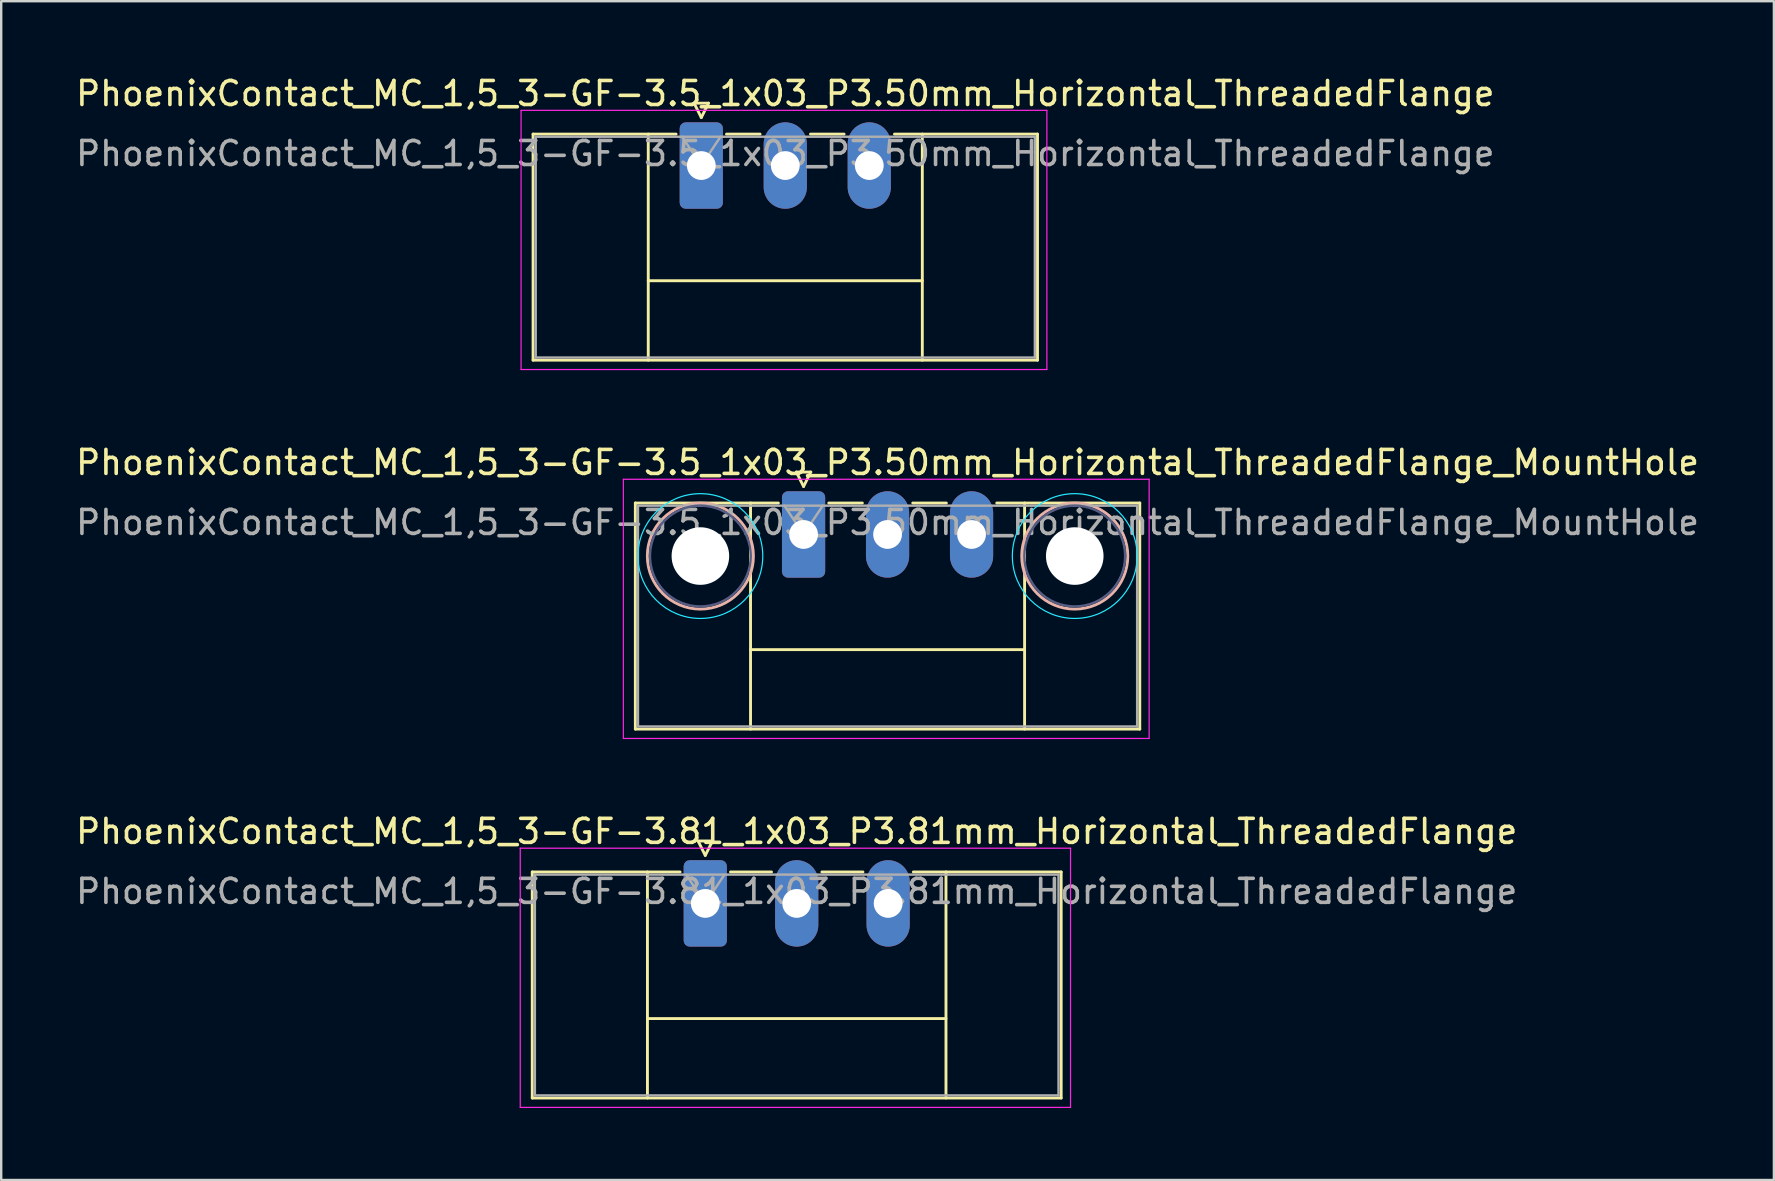
<source format=kicad_pcb>
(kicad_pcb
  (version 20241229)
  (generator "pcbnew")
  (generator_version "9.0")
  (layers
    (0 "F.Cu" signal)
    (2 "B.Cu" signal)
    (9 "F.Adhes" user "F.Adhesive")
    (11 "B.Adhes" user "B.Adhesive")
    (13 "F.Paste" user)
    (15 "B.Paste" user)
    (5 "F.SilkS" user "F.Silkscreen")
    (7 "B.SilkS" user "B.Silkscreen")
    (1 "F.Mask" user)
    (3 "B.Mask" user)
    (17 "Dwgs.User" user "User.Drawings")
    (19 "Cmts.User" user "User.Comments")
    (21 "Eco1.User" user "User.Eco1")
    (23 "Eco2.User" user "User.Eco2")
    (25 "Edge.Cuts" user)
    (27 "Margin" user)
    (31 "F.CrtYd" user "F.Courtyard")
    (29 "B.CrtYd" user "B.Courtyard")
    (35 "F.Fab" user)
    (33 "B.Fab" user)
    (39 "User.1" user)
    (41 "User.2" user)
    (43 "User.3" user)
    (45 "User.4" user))
  (footprint "PhoenixContact_MC_1,5_3-GF-3.5_1x03_P3.50mm_Horizontal_ThreadedFlange"
    (layer "F.Cu")
    (at 26.173 3.848)
    (property "Reference" "PhoenixContact_MC_1,5_3-GF-3.5_1x03_P3.50mm_Horizontal_ThreadedFlange" (at 3.5 -3 0) (layer "F.SilkS") (effects (font (size 1 1) (thickness 0.15))))
    (attr through_hole)
    (fp_line (start -7.01 -1.31) (end -7.01 8.11) (stroke (width 0.12) (type solid)) (layer "F.SilkS"))
    (fp_line (start -7.01 -1.31) (end -1.05 -1.31) (stroke (width 0.12) (type solid)) (layer "F.SilkS"))
    (fp_line (start -7.01 8.11) (end 14.01 8.11) (stroke (width 0.12) (type solid)) (layer "F.SilkS"))
    (fp_line (start -2.21 -1.31) (end -2.21 8.11) (stroke (width 0.12) (type solid)) (layer "F.SilkS"))
    (fp_line (start -2.21 4.8) (end 9.21 4.8) (stroke (width 0.12) (type solid)) (layer "F.SilkS"))
    (fp_line (start -0.3 -2.6) (end 0.3 -2.6) (stroke (width 0.12) (type solid)) (layer "F.SilkS"))
    (fp_line (start 0 -2) (end -0.3 -2.6) (stroke (width 0.12) (type solid)) (layer "F.SilkS"))
    (fp_line (start 0.3 -2.6) (end 0 -2) (stroke (width 0.12) (type solid)) (layer "F.SilkS"))
    (fp_line (start 1.05 -1.31) (end 2.45 -1.31) (stroke (width 0.12) (type solid)) (layer "F.SilkS"))
    (fp_line (start 4.55 -1.31) (end 5.95 -1.31) (stroke (width 0.12) (type solid)) (layer "F.SilkS"))
    (fp_line (start 9.21 -1.31) (end 9.21 8.11) (stroke (width 0.12) (type solid)) (layer "F.SilkS"))
    (fp_line (start 14.01 -1.31) (end 8.05 -1.31) (stroke (width 0.12) (type solid)) (layer "F.SilkS"))
    (fp_line (start 14.01 8.11) (end 14.01 -1.31) (stroke (width 0.12) (type solid)) (layer "F.SilkS"))
    (fp_line (start -7.51 -2.3) (end -7.51 8.5) (stroke (width 0.05) (type solid)) (layer "F.CrtYd"))
    (fp_line (start -7.51 8.5) (end 14.4 8.5) (stroke (width 0.05) (type solid)) (layer "F.CrtYd"))
    (fp_line (start 14.4 -2.3) (end -7.51 -2.3) (stroke (width 0.05) (type solid)) (layer "F.CrtYd"))
    (fp_line (start 14.4 8.5) (end 14.4 -2.3) (stroke (width 0.05) (type solid)) (layer "F.CrtYd"))
    (fp_line (start -6.9 -1.2) (end -6.9 8) (stroke (width 0.1) (type solid)) (layer "F.Fab"))
    (fp_line (start -6.9 8) (end 13.9 8) (stroke (width 0.1) (type solid)) (layer "F.Fab"))
    (fp_line (start 0 0) (end -0.8 -1.2) (stroke (width 0.1) (type solid)) (layer "F.Fab"))
    (fp_line (start 0.8 -1.2) (end 0 0) (stroke (width 0.1) (type solid)) (layer "F.Fab"))
    (fp_line (start 13.9 -1.2) (end -6.9 -1.2) (stroke (width 0.1) (type solid)) (layer "F.Fab"))
    (fp_line (start 13.9 8) (end 13.9 -1.2) (stroke (width 0.1) (type solid)) (layer "F.Fab"))
    (fp_text user "${REFERENCE}" (at 3.5 -0.5 0) (layer "F.Fab") (effects (font (size 1 1) (thickness 0.15))))
    (pad "1" thru_hole roundrect (at 0 0) (size 1.8 3.6) (drill 1.2) (layers "*.Cu" "*.Mask") (roundrect_rratio 0.139))
    (pad "2" thru_hole oval (at 3.5 0) (size 1.8 3.6) (drill 1.2) (layers "*.Cu" "*.Mask"))
    (pad "3" thru_hole oval (at 7 0) (size 1.8 3.6) (drill 1.2) (layers "*.Cu" "*.Mask")))
  (footprint "PhoenixContact_MC_1,5_3-GF-3.5_1x03_P3.50mm_Horizontal_ThreadedFlange_MountHole"
    (layer "F.Cu")
    (at 30.435 19.221)
    (property "Reference" "PhoenixContact_MC_1,5_3-GF-3.5_1x03_P3.50mm_Horizontal_ThreadedFlange_MountHole" (at 3.5 -3 0) (layer "F.SilkS") (effects (font (size 1 1) (thickness 0.15))))
    (attr through_hole)
    (fp_line (start -7.01 -1.31) (end -7.01 8.11) (stroke (width 0.12) (type solid)) (layer "F.SilkS"))
    (fp_line (start -7.01 -1.31) (end -1.05 -1.31) (stroke (width 0.12) (type solid)) (layer "F.SilkS"))
    (fp_line (start -7.01 8.11) (end 14.01 8.11) (stroke (width 0.12) (type solid)) (layer "F.SilkS"))
    (fp_line (start -2.21 -1.31) (end -2.21 8.11) (stroke (width 0.12) (type solid)) (layer "F.SilkS"))
    (fp_line (start -2.21 4.8) (end 9.21 4.8) (stroke (width 0.12) (type solid)) (layer "F.SilkS"))
    (fp_line (start -0.3 -2.6) (end 0.3 -2.6) (stroke (width 0.12) (type solid)) (layer "F.SilkS"))
    (fp_line (start 0 -2) (end -0.3 -2.6) (stroke (width 0.12) (type solid)) (layer "F.SilkS"))
    (fp_line (start 0.3 -2.6) (end 0 -2) (stroke (width 0.12) (type solid)) (layer "F.SilkS"))
    (fp_line (start 1.05 -1.31) (end 2.45 -1.31) (stroke (width 0.12) (type solid)) (layer "F.SilkS"))
    (fp_line (start 4.55 -1.31) (end 5.95 -1.31) (stroke (width 0.12) (type solid)) (layer "F.SilkS"))
    (fp_line (start 9.21 -1.31) (end 9.21 8.11) (stroke (width 0.12) (type solid)) (layer "F.SilkS"))
    (fp_line (start 14.01 -1.31) (end 8.05 -1.31) (stroke (width 0.12) (type solid)) (layer "F.SilkS"))
    (fp_line (start 14.01 8.11) (end 14.01 -1.31) (stroke (width 0.12) (type solid)) (layer "F.SilkS"))
    (fp_circle (center -4.3 0.9) (end -2.09 0.9) (stroke (width 0.12) (type solid)) (fill no) (layer "B.SilkS"))
    (fp_circle (center 11.3 0.9) (end 13.51 0.9) (stroke (width 0.12) (type solid)) (fill no) (layer "B.SilkS"))
    (fp_circle (center -4.3 0.9) (end -1.7 0.9) (stroke (width 0.05) (type solid)) (fill no) (layer "B.CrtYd"))
    (fp_circle (center 11.3 0.9) (end 13.9 0.9) (stroke (width 0.05) (type solid)) (fill no) (layer "B.CrtYd"))
    (fp_line (start -7.51 -2.3) (end -7.51 8.5) (stroke (width 0.05) (type solid)) (layer "F.CrtYd"))
    (fp_line (start -7.51 8.5) (end 14.4 8.5) (stroke (width 0.05) (type solid)) (layer "F.CrtYd"))
    (fp_line (start 14.4 -2.3) (end -7.51 -2.3) (stroke (width 0.05) (type solid)) (layer "F.CrtYd"))
    (fp_line (start 14.4 8.5) (end 14.4 -2.3) (stroke (width 0.05) (type solid)) (layer "F.CrtYd"))
    (fp_circle (center -4.3 0.9) (end -2.2 0.9) (stroke (width 0.1) (type solid)) (fill no) (layer "B.Fab"))
    (fp_circle (center 11.3 0.9) (end 13.4 0.9) (stroke (width 0.1) (type solid)) (fill no) (layer "B.Fab"))
    (fp_line (start -6.9 -1.2) (end -6.9 8) (stroke (width 0.1) (type solid)) (layer "F.Fab"))
    (fp_line (start -6.9 8) (end 13.9 8) (stroke (width 0.1) (type solid)) (layer "F.Fab"))
    (fp_line (start 0 0) (end -0.8 -1.2) (stroke (width 0.1) (type solid)) (layer "F.Fab"))
    (fp_line (start 0.8 -1.2) (end 0 0) (stroke (width 0.1) (type solid)) (layer "F.Fab"))
    (fp_line (start 13.9 -1.2) (end -6.9 -1.2) (stroke (width 0.1) (type solid)) (layer "F.Fab"))
    (fp_line (start 13.9 8) (end 13.9 -1.2) (stroke (width 0.1) (type solid)) (layer "F.Fab"))
    (fp_text user "${REFERENCE}" (at 3.5 -0.5 0) (layer "F.Fab") (effects (font (size 1 1) (thickness 0.15))))
    (pad "" np_thru_hole circle (at -4.3 0.9) (size 2.4 2.4) (drill 2.4) (layers "*.Cu" "*.Mask"))
    (pad "" np_thru_hole circle (at 11.3 0.9) (size 2.4 2.4) (drill 2.4) (layers "*.Cu" "*.Mask"))
    (pad "1" thru_hole roundrect (at 0 0) (size 1.8 3.6) (drill 1.2) (layers "*.Cu" "*.Mask") (roundrect_rratio 0.139))
    (pad "2" thru_hole oval (at 3.5 0) (size 1.8 3.6) (drill 1.2) (layers "*.Cu" "*.Mask"))
    (pad "3" thru_hole oval (at 7 0) (size 1.8 3.6) (drill 1.2) (layers "*.Cu" "*.Mask")))
  (footprint "PhoenixContact_MC_1,5_3-GF-3.81_1x03_P3.81mm_Horizontal_ThreadedFlange"
    (layer "F.Cu")
    (at 26.339 34.595)
    (property "Reference" "PhoenixContact_MC_1,5_3-GF-3.81_1x03_P3.81mm_Horizontal_ThreadedFlange" (at 3.81 -3 0) (layer "F.SilkS") (effects (font (size 1 1) (thickness 0.15))))
    (attr through_hole)
    (fp_line (start -7.21 -1.31) (end -7.21 8.11) (stroke (width 0.12) (type solid)) (layer "F.SilkS"))
    (fp_line (start -7.21 -1.31) (end -1.05 -1.31) (stroke (width 0.12) (type solid)) (layer "F.SilkS"))
    (fp_line (start -7.21 8.11) (end 14.83 8.11) (stroke (width 0.12) (type solid)) (layer "F.SilkS"))
    (fp_line (start -2.41 -1.31) (end -2.41 8.11) (stroke (width 0.12) (type solid)) (layer "F.SilkS"))
    (fp_line (start -2.41 4.8) (end 10.03 4.8) (stroke (width 0.12) (type solid)) (layer "F.SilkS"))
    (fp_line (start -0.3 -2.6) (end 0.3 -2.6) (stroke (width 0.12) (type solid)) (layer "F.SilkS"))
    (fp_line (start 0 -2) (end -0.3 -2.6) (stroke (width 0.12) (type solid)) (layer "F.SilkS"))
    (fp_line (start 0.3 -2.6) (end 0 -2) (stroke (width 0.12) (type solid)) (layer "F.SilkS"))
    (fp_line (start 1.05 -1.31) (end 2.76 -1.31) (stroke (width 0.12) (type solid)) (layer "F.SilkS"))
    (fp_line (start 4.86 -1.31) (end 6.57 -1.31) (stroke (width 0.12) (type solid)) (layer "F.SilkS"))
    (fp_line (start 10.03 -1.31) (end 10.03 8.11) (stroke (width 0.12) (type solid)) (layer "F.SilkS"))
    (fp_line (start 14.83 -1.31) (end 8.67 -1.31) (stroke (width 0.12) (type solid)) (layer "F.SilkS"))
    (fp_line (start 14.83 8.11) (end 14.83 -1.31) (stroke (width 0.12) (type solid)) (layer "F.SilkS"))
    (fp_line (start -7.71 -2.3) (end -7.71 8.5) (stroke (width 0.05) (type solid)) (layer "F.CrtYd"))
    (fp_line (start -7.71 8.5) (end 15.22 8.5) (stroke (width 0.05) (type solid)) (layer "F.CrtYd"))
    (fp_line (start 15.22 -2.3) (end -7.71 -2.3) (stroke (width 0.05) (type solid)) (layer "F.CrtYd"))
    (fp_line (start 15.22 8.5) (end 15.22 -2.3) (stroke (width 0.05) (type solid)) (layer "F.CrtYd"))
    (fp_line (start -7.1 -1.2) (end -7.1 8) (stroke (width 0.1) (type solid)) (layer "F.Fab"))
    (fp_line (start -7.1 8) (end 14.72 8) (stroke (width 0.1) (type solid)) (layer "F.Fab"))
    (fp_line (start 0 0) (end -0.8 -1.2) (stroke (width 0.1) (type solid)) (layer "F.Fab"))
    (fp_line (start 0.8 -1.2) (end 0 0) (stroke (width 0.1) (type solid)) (layer "F.Fab"))
    (fp_line (start 14.72 -1.2) (end -7.1 -1.2) (stroke (width 0.1) (type solid)) (layer "F.Fab"))
    (fp_line (start 14.72 8) (end 14.72 -1.2) (stroke (width 0.1) (type solid)) (layer "F.Fab"))
    (fp_text user "${REFERENCE}" (at 3.81 -0.5 0) (layer "F.Fab") (effects (font (size 1 1) (thickness 0.15))))
    (pad "1" thru_hole roundrect (at 0 0) (size 1.8 3.6) (drill 1.2) (layers "*.Cu" "*.Mask") (roundrect_rratio 0.139))
    (pad "2" thru_hole oval (at 3.81 0) (size 1.8 3.6) (drill 1.2) (layers "*.Cu" "*.Mask"))
    (pad "3" thru_hole oval (at 7.62 0) (size 1.8 3.6) (drill 1.2) (layers "*.Cu" "*.Mask")))
  (gr_rect
    (start -3 -3)
    (end 70.869 46.12)
    (stroke (width 0.1) (type default))
    (fill no)
    (layer "Edge.Cuts")))
</source>
